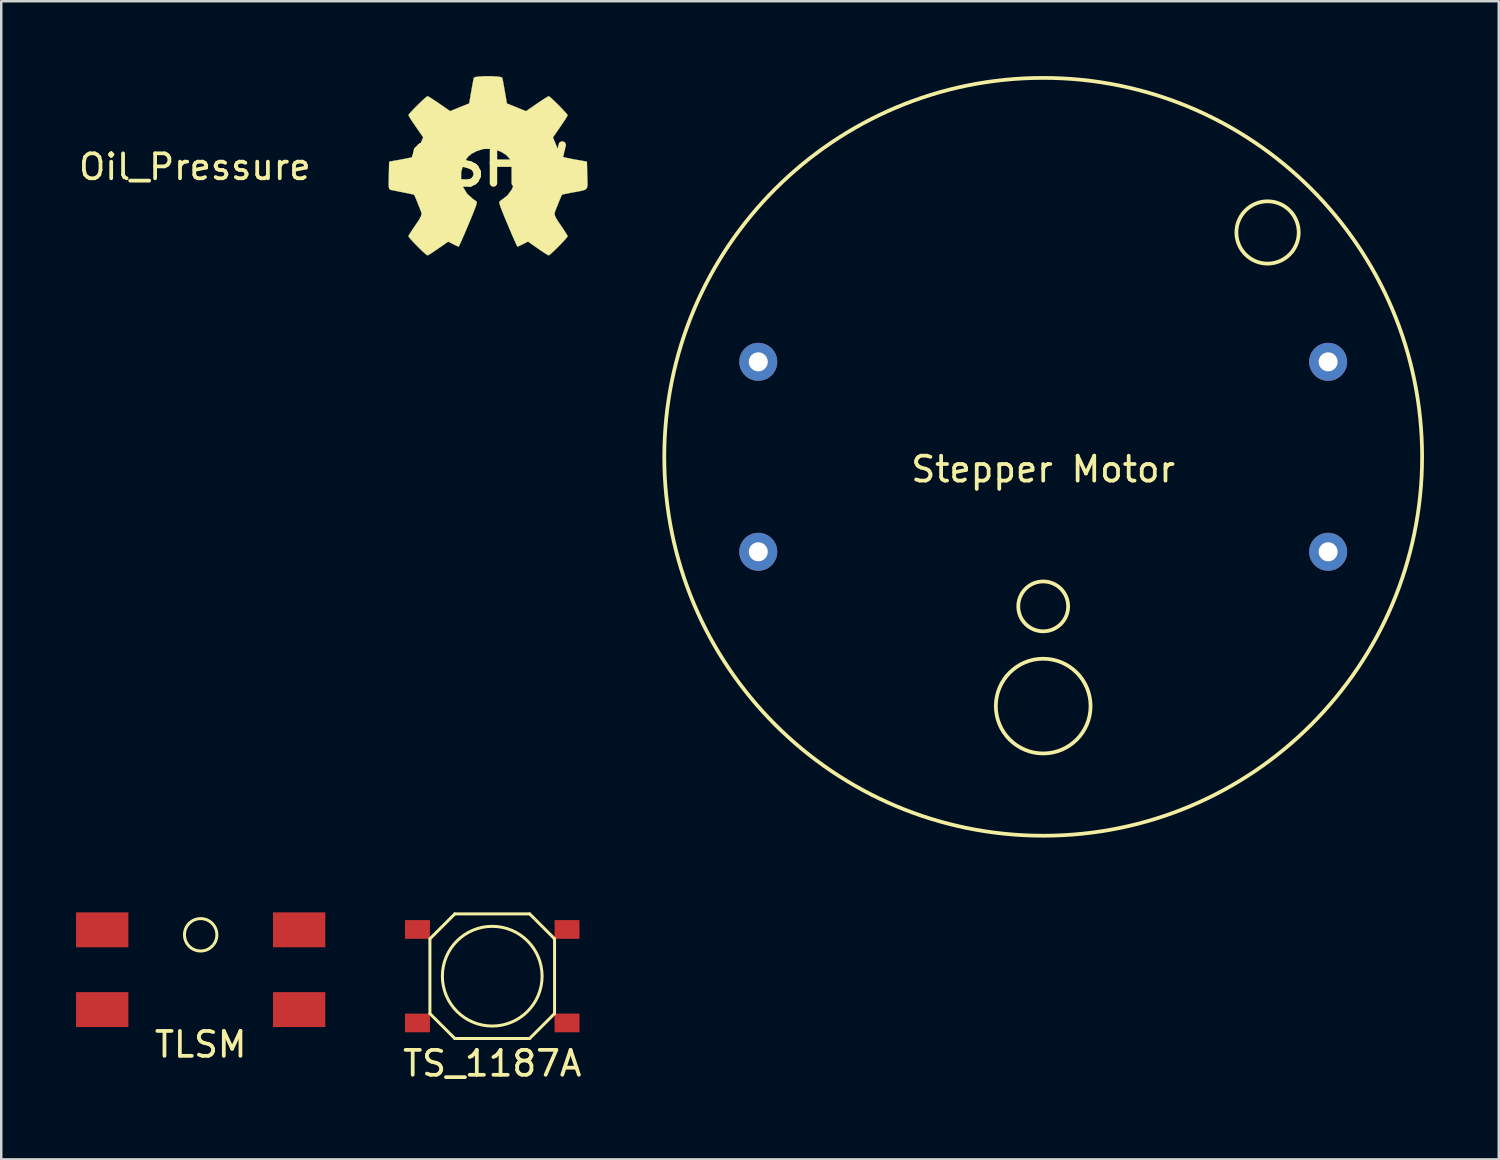
<source format=kicad_pcb>
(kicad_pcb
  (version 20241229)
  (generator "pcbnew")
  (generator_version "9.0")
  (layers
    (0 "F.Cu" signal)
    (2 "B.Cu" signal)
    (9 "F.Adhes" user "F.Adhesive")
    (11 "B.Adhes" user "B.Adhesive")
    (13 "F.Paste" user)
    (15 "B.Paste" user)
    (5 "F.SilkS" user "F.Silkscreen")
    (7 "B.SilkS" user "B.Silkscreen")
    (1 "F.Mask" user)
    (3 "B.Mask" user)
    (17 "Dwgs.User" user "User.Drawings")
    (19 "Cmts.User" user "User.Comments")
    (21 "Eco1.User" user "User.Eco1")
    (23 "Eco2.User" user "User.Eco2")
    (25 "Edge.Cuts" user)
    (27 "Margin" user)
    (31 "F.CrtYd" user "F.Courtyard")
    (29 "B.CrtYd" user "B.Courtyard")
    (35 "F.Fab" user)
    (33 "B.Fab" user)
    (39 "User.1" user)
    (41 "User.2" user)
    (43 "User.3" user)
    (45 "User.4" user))
  (footprint "Stepper Motor"
    (layer "F.Cu")
    (at 38.798 15.275)
    (property "Reference" "Stepper Motor" (at 0 0.5 0) (layer "F.SilkS") (effects (font (size 1 1) (thickness 0.15))))
    (attr through_hole)
    (fp_circle (center 0 0) (end 15.2 0) (stroke (width 0.15) (type solid)) (fill no) (layer "F.SilkS"))
    (fp_circle (center 0 6) (end 1 6) (stroke (width 0.15) (type solid)) (fill no) (layer "F.SilkS"))
    (fp_circle (center 0 10) (end 1.9 10) (stroke (width 0.15) (type solid)) (fill no) (layer "F.SilkS"))
    (fp_circle (center 9 -9) (end 10.25 -9) (stroke (width 0.15) (type solid)) (fill no) (layer "F.SilkS"))
    (pad "1" thru_hole circle (at -11.43 3.81) (size 1.524 1.524) (drill 0.762) (layers "*.Cu" "*.Mask"))
    (pad "2" thru_hole circle (at -11.43 -3.81) (size 1.524 1.524) (drill 0.762) (layers "*.Cu" "*.Mask"))
    (pad "3" thru_hole circle (at 11.43 -3.81) (size 1.524 1.524) (drill 0.762) (layers "*.Cu" "*.Mask"))
    (pad "4" thru_hole circle (at 11.43 3.81) (size 1.524 1.524) (drill 0.762) (layers "*.Cu" "*.Mask")))
  (footprint "Oil_Pressure"
    (layer "F.Cu")
    (at 4.768 1.106)
    (property "Reference" "Oil_Pressure" (at 0 2.54 0) (layer "F.SilkS") (effects (font (size 1 1) (thickness 0.15))))
    (attr through_hole)
    (fp_poly (pts (xy 2.559 0.496) (xy 2.649 0.664) (xy 2.693 0.857) (xy 2.681 0.968) (xy 2.564 1.077) (xy 2.455 1.101) (xy 2.29 1.044) (xy 2.23 0.968) (xy 2.224 0.803) (xy 2.284 0.61) (xy 2.381 0.462) (xy 2.455 0.423) (xy 2.559 0.496)) (stroke (width 0.01) (type solid)) (fill yes) (layer "F.Mask"))
    (fp_poly (pts (xy -0.25 -1.095) (xy -0.04 -1.073) (xy 0.062 -1.031) (xy 0.085 -0.974) (xy 0.009 -0.873) (xy -0.169 -0.847) (xy -0.349 -0.826) (xy -0.416 -0.727) (xy -0.423 -0.593) (xy -0.402 -0.412) (xy -0.304 -0.346) (xy -0.181 -0.339) (xy 0.067 -0.285) (xy 0.265 -0.179) (xy 0.36 -0.11) (xy 0.453 -0.077) (xy 0.579 -0.085) (xy 0.772 -0.139) (xy 1.067 -0.245) (xy 1.314 -0.338) (xy 1.711 -0.478) (xy 2.014 -0.565) (xy 2.199 -0.593) (xy 2.241 -0.582) (xy 2.218 -0.491) (xy 2.078 -0.301) (xy 1.832 -0.022) (xy 1.523 0.298) (xy 0.723 1.101) (xy -1.599 1.101) (xy -1.625 0.746) (xy -1.649 0.54) (xy -1.712 0.412) (xy -1.853 0.316) (xy -2.095 0.212) (xy -2.357 0.099) (xy -2.557 -0.005) (xy -2.629 -0.055) (xy -2.658 -0.187) (xy -2.638 -0.283) (xy -2.357 -0.283) (xy -2.322 -0.193) (xy -2.164 -0.103) (xy -2.053 -0.056) (xy -1.803 0.042) (xy -1.67 0.067) (xy -1.618 0.011) (xy -1.611 -0.085) (xy -1.355 -0.085) (xy -1.355 0.847) (xy 0.641 0.847) (xy 1.104 0.372) (xy 1.327 0.134) (xy 1.428 -0.004) (xy 1.398 -0.049) (xy 1.23 -0.008) (xy 0.917 0.113) (xy 0.857 0.137) (xy 0.55 0.236) (xy 0.331 0.23) (xy 0.155 0.115) (xy 0.127 0.085) (xy 0.02 -0.004) (xy -0.132 -0.055) (xy -0.372 -0.079) (xy -0.69 -0.085) (xy -1.355 -0.085) (xy -1.611 -0.085) (xy -1.609 -0.12) (xy -1.648 -0.276) (xy -1.794 -0.381) (xy -1.915 -0.427) (xy -2.13 -0.483) (xy -2.246 -0.465) (xy -2.295 -0.412) (xy -2.357 -0.283) (xy -2.638 -0.283) (xy -2.615 -0.394) (xy -2.526 -0.614) (xy -2.414 -0.786) (xy -2.314 -0.847) (xy -2.181 -0.815) (xy -1.941 -0.731) (xy -1.643 -0.613) (xy -1.595 -0.593) (xy -1.228 -0.442) (xy -0.987 -0.364) (xy -0.846 -0.359) (xy -0.78 -0.426) (xy -0.762 -0.566) (xy -0.762 -0.587) (xy -0.79 -0.771) (xy -0.905 -0.848) (xy -0.988 -0.862) (xy -1.168 -0.917) (xy -1.249 -0.995) (xy -1.221 -1.05) (xy -1.077 -1.084) (xy -0.796 -1.099) (xy -0.6 -1.101) (xy -0.25 -1.095)) (stroke (width 0.01) (type solid)) (fill yes) (layer "F.Mask")))
  (footprint "OSHW"
    (layer "F.Cu")
    (at 16.528 3.602)
    (property "Reference" "OSHW" (at 0 0 0) (layer "F.SilkS") (effects (font (size 1.524 1.524) (thickness 0.3))))
    (attr through_hole)
    (fp_poly (pts (xy 0.205 -3.593) (xy 0.385 -3.58) (xy 0.516 -3.56) (xy 0.571 -3.531) (xy 0.588 -3.457) (xy 0.616 -3.309) (xy 0.651 -3.113) (xy 0.673 -2.986) (xy 0.756 -2.504) (xy 1.139 -2.348) (xy 1.522 -2.192) (xy 1.959 -2.493) (xy 2.142 -2.617) (xy 2.295 -2.716) (xy 2.4 -2.779) (xy 2.435 -2.794) (xy 2.485 -2.761) (xy 2.584 -2.673) (xy 2.715 -2.548) (xy 2.858 -2.406) (xy 2.995 -2.264) (xy 3.109 -2.141) (xy 3.179 -2.057) (xy 3.194 -2.031) (xy 3.167 -1.976) (xy 3.095 -1.859) (xy 2.989 -1.699) (xy 2.899 -1.566) (xy 2.604 -1.14) (xy 2.751 -0.782) (xy 2.827 -0.606) (xy 2.892 -0.467) (xy 2.935 -0.389) (xy 2.94 -0.384) (xy 3.004 -0.358) (xy 3.143 -0.322) (xy 3.334 -0.282) (xy 3.474 -0.256) (xy 3.967 -0.169) (xy 3.981 0.388) (xy 3.989 0.622) (xy 3.99 0.782) (xy 3.968 0.886) (xy 3.909 0.951) (xy 3.798 0.992) (xy 3.62 1.028) (xy 3.374 1.072) (xy 3.189 1.108) (xy 3.047 1.138) (xy 2.973 1.157) (xy 2.967 1.159) (xy 2.94 1.213) (xy 2.89 1.331) (xy 2.826 1.485) (xy 2.761 1.647) (xy 2.706 1.789) (xy 2.673 1.881) (xy 2.673 1.882) (xy 2.671 1.958) (xy 2.712 2.065) (xy 2.803 2.22) (xy 2.917 2.387) (xy 3.036 2.561) (xy 3.129 2.705) (xy 3.184 2.8) (xy 3.194 2.825) (xy 3.16 2.877) (xy 3.072 2.979) (xy 2.948 3.111) (xy 2.806 3.256) (xy 2.665 3.395) (xy 2.543 3.509) (xy 2.458 3.579) (xy 2.432 3.593) (xy 2.377 3.566) (xy 2.26 3.493) (xy 2.101 3.388) (xy 1.997 3.316) (xy 1.602 3.039) (xy 1.402 3.141) (xy 1.277 3.203) (xy 1.195 3.239) (xy 1.18 3.244) (xy 1.155 3.2) (xy 1.1 3.082) (xy 1.022 2.907) (xy 0.929 2.693) (xy 0.829 2.457) (xy 0.728 2.217) (xy 0.635 1.99) (xy 0.556 1.795) (xy 0.5 1.649) (xy 0.494 1.63) (xy 0.455 1.504) (xy 0.458 1.437) (xy 0.504 1.395) (xy 0.51 1.392) (xy 0.773 1.192) (xy 0.961 0.937) (xy 1.068 0.645) (xy 1.088 0.332) (xy 1.017 0.013) (xy 0.98 -0.075) (xy 0.87 -0.278) (xy 0.749 -0.418) (xy 0.583 -0.529) (xy 0.448 -0.595) (xy 0.137 -0.683) (xy -0.183 -0.676) (xy -0.448 -0.595) (xy -0.657 -0.486) (xy -0.801 -0.367) (xy -0.914 -0.206) (xy -0.98 -0.075) (xy -1.078 0.242) (xy -1.082 0.558) (xy -1 0.858) (xy -0.834 1.125) (xy -0.591 1.342) (xy -0.51 1.392) (xy -0.46 1.433) (xy -0.454 1.497) (xy -0.489 1.617) (xy -0.494 1.63) (xy -0.545 1.766) (xy -0.62 1.955) (xy -0.711 2.177) (xy -0.811 2.416) (xy -0.912 2.654) (xy -1.007 2.873) (xy -1.088 3.056) (xy -1.148 3.185) (xy -1.179 3.242) (xy -1.18 3.244) (xy -1.234 3.223) (xy -1.343 3.171) (xy -1.4 3.142) (xy -1.598 3.041) (xy -1.994 3.317) (xy -2.168 3.436) (xy -2.312 3.528) (xy -2.407 3.583) (xy -2.431 3.593) (xy -2.482 3.56) (xy -2.585 3.47) (xy -2.724 3.338) (xy -2.833 3.23) (xy -2.984 3.075) (xy -3.103 2.944) (xy -3.177 2.854) (xy -3.194 2.825) (xy -3.167 2.768) (xy -3.094 2.65) (xy -2.989 2.491) (xy -2.917 2.387) (xy -2.78 2.184) (xy -2.7 2.04) (xy -2.669 1.941) (xy -2.673 1.882) (xy -2.705 1.792) (xy -2.759 1.653) (xy -2.823 1.492) (xy -2.887 1.337) (xy -2.938 1.217) (xy -2.965 1.162) (xy -2.965 1.161) (xy -3.016 1.147) (xy -3.14 1.119) (xy -3.315 1.083) (xy -3.372 1.072) (xy -3.574 1.032) (xy -3.75 0.996) (xy -3.868 0.973) (xy -3.881 0.97) (xy -3.931 0.955) (xy -3.963 0.925) (xy -3.98 0.86) (xy -3.987 0.744) (xy -3.985 0.558) (xy -3.981 0.388) (xy -3.967 -0.169) (xy -3.474 -0.256) (xy -3.261 -0.297) (xy -3.086 -0.336) (xy -2.971 -0.369) (xy -2.94 -0.384) (xy -2.902 -0.447) (xy -2.84 -0.577) (xy -2.765 -0.748) (xy -2.751 -0.784) (xy -2.603 -1.143) (xy -2.898 -1.569) (xy -3.021 -1.75) (xy -3.119 -1.9) (xy -3.179 -2.002) (xy -3.194 -2.035) (xy -3.16 -2.086) (xy -3.071 -2.186) (xy -2.947 -2.317) (xy -2.804 -2.46) (xy -2.662 -2.597) (xy -2.539 -2.71) (xy -2.453 -2.78) (xy -2.427 -2.794) (xy -2.372 -2.768) (xy -2.254 -2.695) (xy -2.092 -2.589) (xy -1.953 -2.494) (xy -1.519 -2.194) (xy -0.756 -2.504) (xy -0.673 -2.986) (xy -0.636 -3.199) (xy -0.603 -3.378) (xy -0.579 -3.498) (xy -0.571 -3.531) (xy -0.516 -3.56) (xy -0.385 -3.58) (xy -0.205 -3.593) (xy 0.00024 -3.597) (xy 0.205 -3.593)) (stroke (width 0.01) (type solid)) (fill yes) (layer "F.SilkS")))
  (footprint "TS_1187A"
    (layer "F.Cu")
    (at 16.696 36.11)
    (property "Reference" "TS_1187A" (at 0 3.5 0) (layer "F.SilkS") (effects (font (size 1 1) (thickness 0.15))))
    (attr through_hole)
    (fp_line (start -2.5 -1.5) (end -1.5 -2.5) (stroke (width 0.12) (type solid)) (layer "F.SilkS"))
    (fp_line (start -2.5 1.5) (end -2.5 -1.5) (stroke (width 0.12) (type solid)) (layer "F.SilkS"))
    (fp_line (start -1.5 -2.5) (end 1.5 -2.5) (stroke (width 0.12) (type solid)) (layer "F.SilkS"))
    (fp_line (start -1.5 2.5) (end -2.5 1.5) (stroke (width 0.12) (type solid)) (layer "F.SilkS"))
    (fp_line (start 1.5 -2.5) (end 2.5 -1.5) (stroke (width 0.12) (type solid)) (layer "F.SilkS"))
    (fp_line (start 1.5 2.5) (end -1.5 2.5) (stroke (width 0.12) (type solid)) (layer "F.SilkS"))
    (fp_line (start 2.5 -1.5) (end 2.5 1.5) (stroke (width 0.12) (type solid)) (layer "F.SilkS"))
    (fp_line (start 2.5 1.5) (end 1.5 2.5) (stroke (width 0.12) (type solid)) (layer "F.SilkS"))
    (fp_circle (center 0 0) (end 0 -2) (stroke (width 0.12) (type solid)) (fill no) (layer "F.SilkS"))
    (pad "1" smd rect (at -3 -1.875) (size 1 0.75) (layers "F.Cu" "F.Mask" "F.Paste"))
    (pad "2" smd rect (at 3 -1.875) (size 1 0.75) (layers "F.Cu" "F.Mask" "F.Paste"))
    (pad "3" smd rect (at -3 1.875) (size 1 0.75) (layers "F.Cu" "F.Mask" "F.Paste"))
    (pad "4" smd rect (at 3 1.875) (size 1 0.75) (layers "F.Cu" "F.Mask" "F.Paste")))
  (footprint "TLSM"
    (layer "F.Cu")
    (at 5 35.85)
    (property "Reference" "TLSM" (at 0 3 0) (layer "F.SilkS") (effects (font (size 1 1) (thickness 0.15))))
    (attr through_hole)
    (fp_circle (center 0 -1.4) (end 0.65 -1.4) (stroke (width 0.12) (type solid)) (fill no) (layer "F.SilkS"))
    (pad "1" smd rect (at -3.95 1.6) (size 2.1 1.4) (layers "F.Cu" "F.Mask" "F.Paste"))
    (pad "2" smd rect (at 3.95 1.6) (size 2.1 1.4) (layers "F.Cu" "F.Mask" "F.Paste"))
    (pad "3" smd rect (at -3.95 -1.6) (size 2.1 1.4) (layers "F.Cu" "F.Mask" "F.Paste"))
    (pad "4" smd rect (at 3.95 -1.6) (size 2.1 1.4) (layers "F.Cu" "F.Mask" "F.Paste")))
  (gr_rect
    (start -3 -3)
    (end 57.073 43.458)
    (stroke (width 0.1) (type default))
    (fill no)
    (layer "Edge.Cuts")))
</source>
